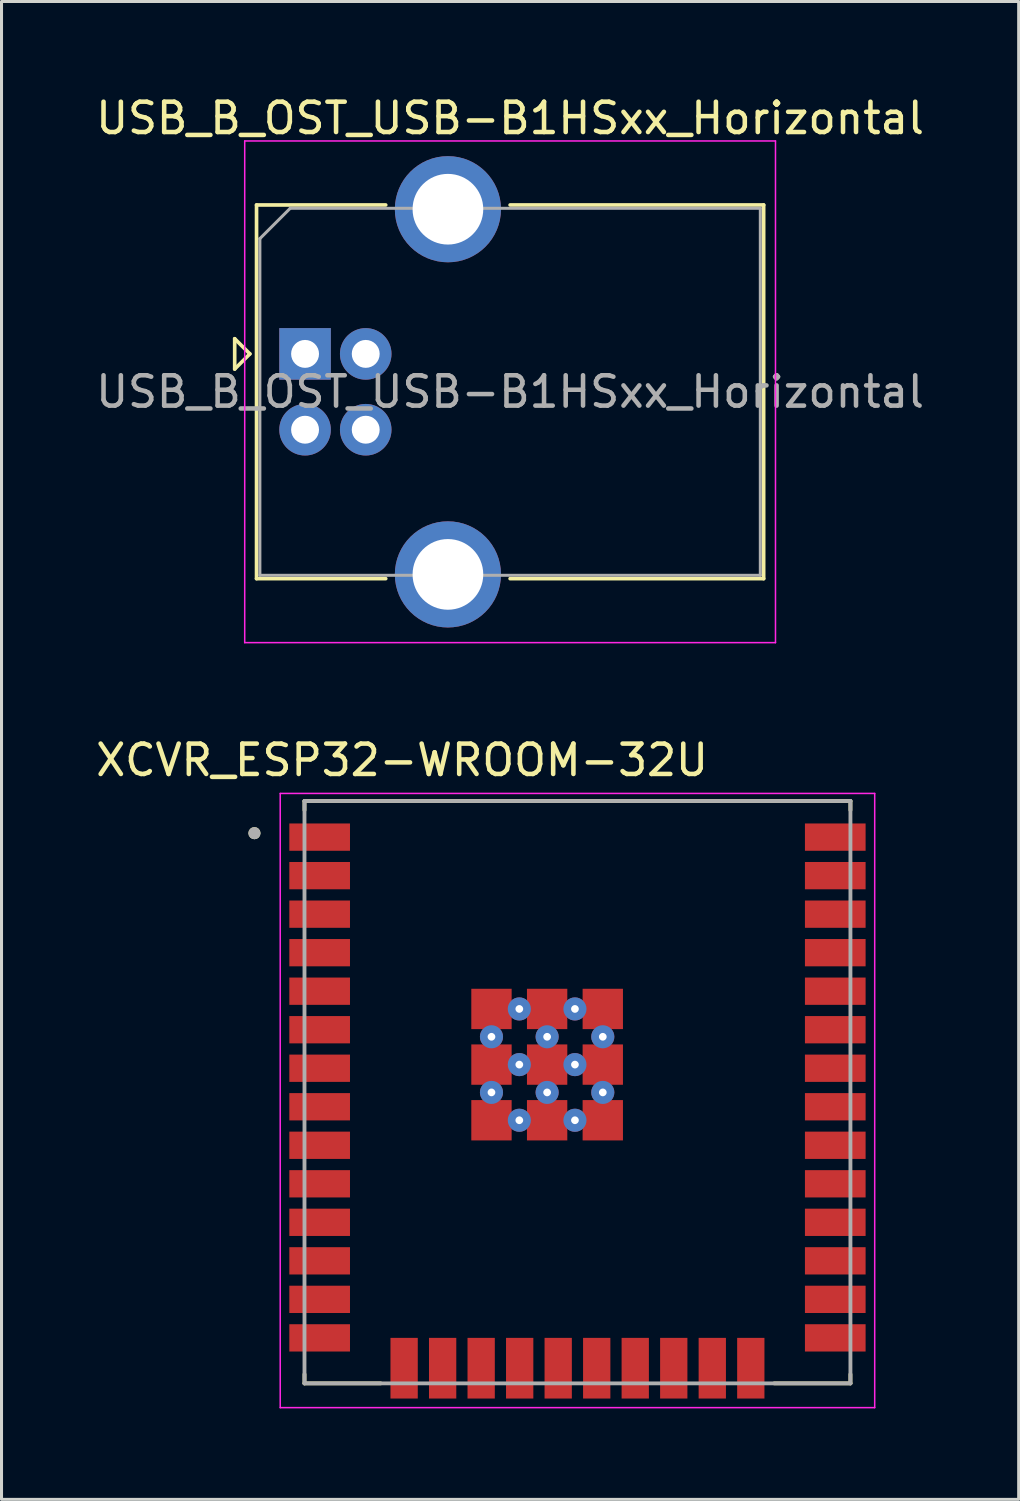
<source format=kicad_pcb>
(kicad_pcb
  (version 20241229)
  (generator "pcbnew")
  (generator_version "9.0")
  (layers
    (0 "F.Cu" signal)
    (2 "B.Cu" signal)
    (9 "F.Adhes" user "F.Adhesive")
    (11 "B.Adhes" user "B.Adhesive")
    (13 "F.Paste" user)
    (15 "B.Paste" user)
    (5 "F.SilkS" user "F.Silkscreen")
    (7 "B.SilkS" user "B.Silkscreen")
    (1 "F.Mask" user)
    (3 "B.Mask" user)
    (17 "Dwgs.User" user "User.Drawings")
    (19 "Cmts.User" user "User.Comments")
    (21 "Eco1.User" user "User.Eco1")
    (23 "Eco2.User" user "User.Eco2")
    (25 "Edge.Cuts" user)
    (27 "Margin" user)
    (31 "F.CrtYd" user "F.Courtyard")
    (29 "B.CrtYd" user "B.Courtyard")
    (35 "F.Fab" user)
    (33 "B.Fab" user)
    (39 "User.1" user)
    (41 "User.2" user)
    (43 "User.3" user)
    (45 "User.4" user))
  (footprint "XCVR_ESP32-WROOM-32U"
    (layer "F.Cu")
    (at 15.989 32.96)
    (property "Reference" "XCVR_ESP32-WROOM-32U" (at -5.782 -10.948 0) (layer "F.SilkS") (effects (font (size 1.001 1.001) (thickness 0.15))))
    (attr through_hole)
    (fp_line (start -9 -9.6) (end 9 -9.6) (stroke (width 0.127) (type solid)) (layer "F.SilkS"))
    (fp_line (start -9 -9.3) (end -9 -9.6) (stroke (width 0.127) (type solid)) (layer "F.SilkS"))
    (fp_line (start -9 9.3) (end -9 9.6) (stroke (width 0.127) (type solid)) (layer "F.SilkS"))
    (fp_line (start -9 9.6) (end -6.49 9.6) (stroke (width 0.127) (type solid)) (layer "F.SilkS"))
    (fp_line (start 6.49 9.6) (end 9 9.6) (stroke (width 0.127) (type solid)) (layer "F.SilkS"))
    (fp_line (start 9 -9.6) (end 9 -9.3) (stroke (width 0.127) (type solid)) (layer "F.SilkS"))
    (fp_line (start 9 9.6) (end 9 9.3) (stroke (width 0.127) (type solid)) (layer "F.SilkS"))
    (fp_circle (center -10.65 -8.54) (end -10.55 -8.54) (stroke (width 0.2) (type solid)) (fill no) (layer "F.SilkS"))
    (fp_line (start -9.8 -9.85) (end 9.8 -9.85) (stroke (width 0.05) (type solid)) (layer "F.CrtYd"))
    (fp_line (start -9.8 10.4) (end -9.8 -9.85) (stroke (width 0.05) (type solid)) (layer "F.CrtYd"))
    (fp_line (start 9.8 -9.85) (end 9.8 10.4) (stroke (width 0.05) (type solid)) (layer "F.CrtYd"))
    (fp_line (start 9.8 10.4) (end -9.8 10.4) (stroke (width 0.05) (type solid)) (layer "F.CrtYd"))
    (fp_line (start -9 -9.6) (end 9 -9.6) (stroke (width 0.127) (type solid)) (layer "F.Fab"))
    (fp_line (start -9 9.6) (end -9 -9.6) (stroke (width 0.127) (type solid)) (layer "F.Fab"))
    (fp_line (start 9 -9.6) (end 9 9.6) (stroke (width 0.127) (type solid)) (layer "F.Fab"))
    (fp_line (start 9 9.6) (end -9 9.6) (stroke (width 0.127) (type solid)) (layer "F.Fab"))
    (fp_circle (center -10.65 -8.54) (end -10.55 -8.54) (stroke (width 0.2) (type solid)) (fill no) (layer "F.Fab"))
    (pad "1" smd rect (at -8.5 -8.41) (size 2 0.9) (layers "F.Cu" "F.Mask" "F.Paste"))
    (pad "2" smd rect (at -8.5 -7.14) (size 2 0.9) (layers "F.Cu" "F.Mask" "F.Paste"))
    (pad "3" smd rect (at -8.5 -5.87) (size 2 0.9) (layers "F.Cu" "F.Mask" "F.Paste"))
    (pad "4" smd rect (at -8.5 -4.6) (size 2 0.9) (layers "F.Cu" "F.Mask" "F.Paste"))
    (pad "5" smd rect (at -8.5 -3.33) (size 2 0.9) (layers "F.Cu" "F.Mask" "F.Paste"))
    (pad "6" smd rect (at -8.5 -2.06) (size 2 0.9) (layers "F.Cu" "F.Mask" "F.Paste"))
    (pad "7" smd rect (at -8.5 -0.79) (size 2 0.9) (layers "F.Cu" "F.Mask" "F.Paste"))
    (pad "8" smd rect (at -8.5 0.48) (size 2 0.9) (layers "F.Cu" "F.Mask" "F.Paste"))
    (pad "9" smd rect (at -8.5 1.75) (size 2 0.9) (layers "F.Cu" "F.Mask" "F.Paste"))
    (pad "10" smd rect (at -8.5 3.02) (size 2 0.9) (layers "F.Cu" "F.Mask" "F.Paste"))
    (pad "11" smd rect (at -8.5 4.29) (size 2 0.9) (layers "F.Cu" "F.Mask" "F.Paste"))
    (pad "12" smd rect (at -8.5 5.56) (size 2 0.9) (layers "F.Cu" "F.Mask" "F.Paste"))
    (pad "13" smd rect (at -8.5 6.83) (size 2 0.9) (layers "F.Cu" "F.Mask" "F.Paste"))
    (pad "14" smd rect (at -8.5 8.1) (size 2 0.9) (layers "F.Cu" "F.Mask" "F.Paste"))
    (pad "15" smd rect (at -5.715 9.1) (size 0.9 2) (layers "F.Cu" "F.Mask" "F.Paste"))
    (pad "16" smd rect (at -4.445 9.1) (size 0.9 2) (layers "F.Cu" "F.Mask" "F.Paste"))
    (pad "17" smd rect (at -3.175 9.1) (size 0.9 2) (layers "F.Cu" "F.Mask" "F.Paste"))
    (pad "18" smd rect (at -1.905 9.1) (size 0.9 2) (layers "F.Cu" "F.Mask" "F.Paste"))
    (pad "19" smd rect (at -0.635 9.1) (size 0.9 2) (layers "F.Cu" "F.Mask" "F.Paste"))
    (pad "20" smd rect (at 0.635 9.1) (size 0.9 2) (layers "F.Cu" "F.Mask" "F.Paste"))
    (pad "21" smd rect (at 1.905 9.1) (size 0.9 2) (layers "F.Cu" "F.Mask" "F.Paste"))
    (pad "22" smd rect (at 3.175 9.1) (size 0.9 2) (layers "F.Cu" "F.Mask" "F.Paste"))
    (pad "23" smd rect (at 4.445 9.1) (size 0.9 2) (layers "F.Cu" "F.Mask" "F.Paste"))
    (pad "24" smd rect (at 5.715 9.1) (size 0.9 2) (layers "F.Cu" "F.Mask" "F.Paste"))
    (pad "25" smd rect (at 8.5 8.1) (size 2 0.9) (layers "F.Cu" "F.Mask" "F.Paste"))
    (pad "26" smd rect (at 8.5 6.83) (size 2 0.9) (layers "F.Cu" "F.Mask" "F.Paste"))
    (pad "27" smd rect (at 8.5 5.56) (size 2 0.9) (layers "F.Cu" "F.Mask" "F.Paste"))
    (pad "28" smd rect (at 8.5 4.29) (size 2 0.9) (layers "F.Cu" "F.Mask" "F.Paste"))
    (pad "29" smd rect (at 8.5 3.02) (size 2 0.9) (layers "F.Cu" "F.Mask" "F.Paste"))
    (pad "30" smd rect (at 8.5 1.75) (size 2 0.9) (layers "F.Cu" "F.Mask" "F.Paste"))
    (pad "31" smd rect (at 8.5 0.48) (size 2 0.9) (layers "F.Cu" "F.Mask" "F.Paste"))
    (pad "32" smd rect (at 8.5 -0.79) (size 2 0.9) (layers "F.Cu" "F.Mask" "F.Paste"))
    (pad "33" smd rect (at 8.5 -2.06) (size 2 0.9) (layers "F.Cu" "F.Mask" "F.Paste"))
    (pad "34" smd rect (at 8.5 -3.33) (size 2 0.9) (layers "F.Cu" "F.Mask" "F.Paste"))
    (pad "35" smd rect (at 8.5 -4.6) (size 2 0.9) (layers "F.Cu" "F.Mask" "F.Paste"))
    (pad "36" smd rect (at 8.5 -5.87) (size 2 0.9) (layers "F.Cu" "F.Mask" "F.Paste"))
    (pad "37" smd rect (at 8.5 -7.14) (size 2 0.9) (layers "F.Cu" "F.Mask" "F.Paste"))
    (pad "38" smd rect (at 8.5 -8.41) (size 2 0.9) (layers "F.Cu" "F.Mask" "F.Paste"))
    (pad "G.1" smd rect (at 0.835 -2.745) (size 1.33 1.33) (layers "F.Cu" "F.Mask" "F.Paste"))
    (pad "G.2" smd rect (at -1 -2.745) (size 1.33 1.33) (layers "F.Cu" "F.Mask" "F.Paste"))
    (pad "G.4" smd rect (at -2.835 -2.745) (size 1.33 1.33) (layers "F.Cu" "F.Mask" "F.Paste"))
    (pad "G.5" smd rect (at 0.835 -0.91) (size 1.33 1.33) (layers "F.Cu" "F.Mask" "F.Paste"))
    (pad "G.6" smd rect (at -1 -0.91) (size 1.33 1.33) (layers "F.Cu" "F.Mask" "F.Paste"))
    (pad "G.7" smd rect (at -2.835 -0.91) (size 1.33 1.33) (layers "F.Cu" "F.Mask" "F.Paste"))
    (pad "G.8" smd rect (at 0.835 0.925) (size 1.33 1.33) (layers "F.Cu" "F.Mask" "F.Paste"))
    (pad "G.9" smd rect (at -1 0.925) (size 1.33 1.33) (layers "F.Cu" "F.Mask" "F.Paste"))
    (pad "G.10" smd rect (at -2.835 0.925) (size 1.33 1.33) (layers "F.Cu" "F.Mask" "F.Paste"))
    (pad "G.11" thru_hole circle (at -0.083 -2.745) (size 0.762 0.762) (drill 0.254) (layers "*.Cu" "*.Mask"))
    (pad "G.12" thru_hole circle (at -1.917 -2.745) (size 0.762 0.762) (drill 0.254) (layers "*.Cu" "*.Mask"))
    (pad "G.13" thru_hole circle (at 0.835 -1.827) (size 0.762 0.762) (drill 0.254) (layers "*.Cu" "*.Mask"))
    (pad "G.14" thru_hole circle (at -1 -1.827) (size 0.762 0.762) (drill 0.254) (layers "*.Cu" "*.Mask"))
    (pad "G.15" thru_hole circle (at -2.835 -1.827) (size 0.762 0.762) (drill 0.254) (layers "*.Cu" "*.Mask"))
    (pad "G.16" thru_hole circle (at -0.083 -0.91) (size 0.762 0.762) (drill 0.254) (layers "*.Cu" "*.Mask"))
    (pad "G.17" thru_hole circle (at -1.917 -0.91) (size 0.762 0.762) (drill 0.254) (layers "*.Cu" "*.Mask"))
    (pad "G.18" thru_hole circle (at 0.835 0.007) (size 0.762 0.762) (drill 0.254) (layers "*.Cu" "*.Mask"))
    (pad "G.19" thru_hole circle (at -1 0.007) (size 0.762 0.762) (drill 0.254) (layers "*.Cu" "*.Mask"))
    (pad "G.20" thru_hole circle (at -2.835 0.007) (size 0.762 0.762) (drill 0.254) (layers "*.Cu" "*.Mask"))
    (pad "G.21" thru_hole circle (at -0.083 0.925) (size 0.762 0.762) (drill 0.254) (layers "*.Cu" "*.Mask"))
    (pad "G.22" thru_hole circle (at -1.917 0.925) (size 0.762 0.762) (drill 0.254) (layers "*.Cu" "*.Mask")))
  (footprint "USB_B_OST_USB-B1HSxx_Horizontal"
    (layer "F.Cu")
    (at 7.008 8.618)
    (property "Reference" "USB_B_OST_USB-B1HSxx_Horizontal" (at 6.76 -7.77 0) (layer "F.SilkS") (effects (font (size 1 1) (thickness 0.15))))
    (attr through_hole)
    (fp_line (start -2.32 -0.5) (end -2.32 0.5) (stroke (width 0.12) (type solid)) (layer "F.SilkS"))
    (fp_line (start -2.32 0.5) (end -1.82 0) (stroke (width 0.12) (type solid)) (layer "F.SilkS"))
    (fp_line (start -1.82 0) (end -2.32 -0.5) (stroke (width 0.12) (type solid)) (layer "F.SilkS"))
    (fp_line (start -1.6 -4.91) (end -1.6 7.41) (stroke (width 0.12) (type solid)) (layer "F.SilkS"))
    (fp_line (start -1.6 7.41) (end 2.66 7.41) (stroke (width 0.12) (type solid)) (layer "F.SilkS"))
    (fp_line (start 2.66 -4.91) (end -1.6 -4.91) (stroke (width 0.12) (type solid)) (layer "F.SilkS"))
    (fp_line (start 6.76 -4.91) (end 15.12 -4.91) (stroke (width 0.12) (type solid)) (layer "F.SilkS"))
    (fp_line (start 15.12 -4.91) (end 15.12 7.41) (stroke (width 0.12) (type solid)) (layer "F.SilkS"))
    (fp_line (start 15.12 7.41) (end 6.76 7.41) (stroke (width 0.12) (type solid)) (layer "F.SilkS"))
    (fp_line (start -1.99 -7.02) (end -1.99 9.52) (stroke (width 0.05) (type solid)) (layer "F.CrtYd"))
    (fp_line (start -1.99 9.52) (end 15.51 9.52) (stroke (width 0.05) (type solid)) (layer "F.CrtYd"))
    (fp_line (start 15.51 -7.02) (end -1.99 -7.02) (stroke (width 0.05) (type solid)) (layer "F.CrtYd"))
    (fp_line (start 15.51 9.52) (end 15.51 -7.02) (stroke (width 0.05) (type solid)) (layer "F.CrtYd"))
    (fp_line (start -1.49 -3.8) (end -0.49 -4.8) (stroke (width 0.1) (type solid)) (layer "F.Fab"))
    (fp_line (start -1.49 7.3) (end -1.49 -3.8) (stroke (width 0.1) (type solid)) (layer "F.Fab"))
    (fp_line (start -0.49 -4.8) (end 15.01 -4.8) (stroke (width 0.1) (type solid)) (layer "F.Fab"))
    (fp_line (start 15.01 -4.8) (end 15.01 7.3) (stroke (width 0.1) (type solid)) (layer "F.Fab"))
    (fp_line (start 15.01 7.3) (end -1.49 7.3) (stroke (width 0.1) (type solid)) (layer "F.Fab"))
    (fp_text user "${REFERENCE}" (at 6.76 1.25 0) (layer "F.Fab") (effects (font (size 1 1) (thickness 0.15))))
    (pad "1" thru_hole rect (at 0 0) (size 1.7 1.7) (drill 0.92) (layers "*.Cu" "*.Mask"))
    (pad "2" thru_hole circle (at 0 2.5) (size 1.7 1.7) (drill 0.92) (layers "*.Cu" "*.Mask"))
    (pad "3" thru_hole circle (at 2 2.5) (size 1.7 1.7) (drill 0.92) (layers "*.Cu" "*.Mask"))
    (pad "4" thru_hole circle (at 2 0) (size 1.7 1.7) (drill 0.92) (layers "*.Cu" "*.Mask"))
    (pad "5" thru_hole circle (at 4.71 -4.77) (size 3.5 3.5) (drill 2.33) (layers "*.Cu" "*.Mask"))
    (pad "5" thru_hole circle (at 4.71 7.27) (size 3.5 3.5) (drill 2.33) (layers "*.Cu" "*.Mask")))
  (gr_rect
    (start -3 -3)
    (end 30.536 46.385)
    (stroke (width 0.1) (type default))
    (fill no)
    (layer "Edge.Cuts")))
</source>
